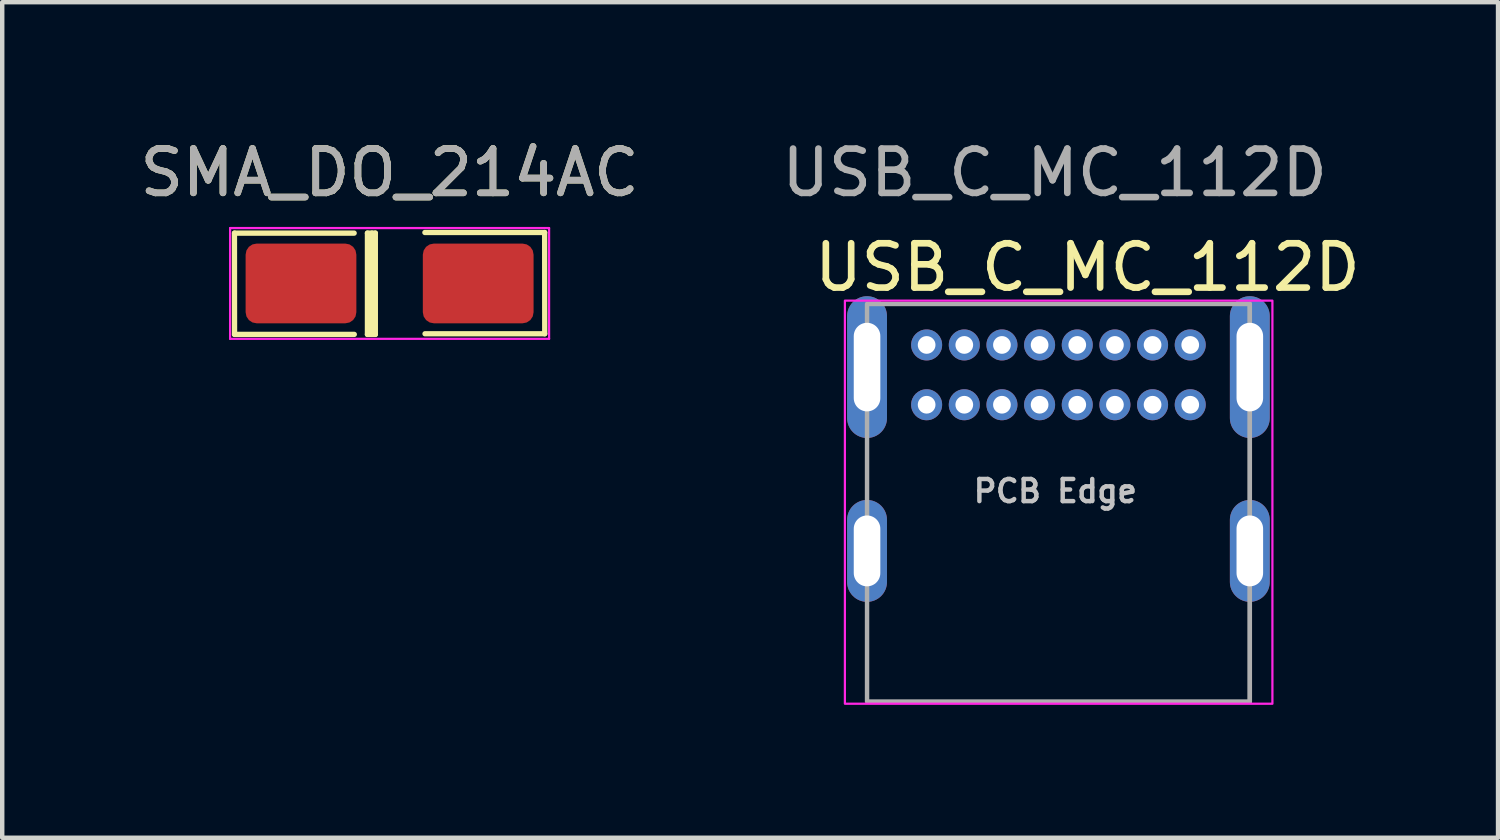
<source format=kicad_pcb>
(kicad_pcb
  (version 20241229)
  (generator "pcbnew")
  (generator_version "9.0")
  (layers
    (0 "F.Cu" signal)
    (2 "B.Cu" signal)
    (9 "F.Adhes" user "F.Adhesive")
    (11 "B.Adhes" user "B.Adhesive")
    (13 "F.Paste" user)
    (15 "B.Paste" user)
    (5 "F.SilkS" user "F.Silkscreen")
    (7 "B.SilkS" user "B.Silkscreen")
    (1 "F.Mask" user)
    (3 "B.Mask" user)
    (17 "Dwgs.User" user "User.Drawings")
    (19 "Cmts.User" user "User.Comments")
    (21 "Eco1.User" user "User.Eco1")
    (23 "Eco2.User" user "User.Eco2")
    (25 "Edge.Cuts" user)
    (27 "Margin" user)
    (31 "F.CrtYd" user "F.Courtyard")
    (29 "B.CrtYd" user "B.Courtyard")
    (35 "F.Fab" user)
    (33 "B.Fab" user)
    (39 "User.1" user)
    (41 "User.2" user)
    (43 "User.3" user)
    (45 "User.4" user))
  (footprint "SMA_DO_214AC"
    (layer "F.Cu")
    (at 5.744 3.348)
    (property "Reference" "SMA_DO_214AC" (at 0 -2.5 0) (layer "F.SilkS") (effects (font (size 1 1) (thickness 0.15))))
    (attr smd)
    (fp_line (start -3.502 -1.136) (end -3.5 1.15) (stroke (width 0.12) (type solid)) (layer "F.SilkS"))
    (fp_line (start -3.5 -1.136) (end -0.8 -1.136) (stroke (width 0.12) (type solid)) (layer "F.SilkS"))
    (fp_line (start -3.5 1.15) (end -0.797 1.15) (stroke (width 0.12) (type solid)) (layer "F.SilkS"))
    (fp_line (start -0.5 -1.136) (end -0.322 -1.136) (stroke (width 0.12) (type solid)) (layer "F.SilkS"))
    (fp_line (start -0.5 1.15) (end -0.5 -1.136) (stroke (width 0.12) (type solid)) (layer "F.SilkS"))
    (fp_line (start -0.5 1.15) (end -0.322 1.15) (stroke (width 0.12) (type solid)) (layer "F.SilkS"))
    (fp_line (start -0.398 1.15) (end -0.398 -1.136) (stroke (width 0.12) (type solid)) (layer "F.SilkS"))
    (fp_line (start -0.322 1.15) (end -0.322 -1.136) (stroke (width 0.12) (type solid)) (layer "F.SilkS"))
    (fp_line (start 3.5 -1.15) (end 0.797 -1.15) (stroke (width 0.12) (type solid)) (layer "F.SilkS"))
    (fp_line (start 3.5 1.136) (end 0.8 1.136) (stroke (width 0.12) (type solid)) (layer "F.SilkS"))
    (fp_line (start 3.502 1.136) (end 3.5 -1.15) (stroke (width 0.12) (type solid)) (layer "F.SilkS"))
    (fp_line (start -3.6 -1.25) (end 3.6 -1.25) (stroke (width 0.05) (type solid)) (layer "F.CrtYd"))
    (fp_line (start -3.6 1.25) (end -3.6 -1.25) (stroke (width 0.05) (type solid)) (layer "F.CrtYd"))
    (fp_line (start 3.6 1.25) (end -3.6 1.25) (stroke (width 0.05) (type solid)) (layer "F.CrtYd"))
    (fp_line (start 3.6 1.25) (end 3.6 -1.25) (stroke (width 0.05) (type solid)) (layer "F.CrtYd"))
    (fp_text user "${REFERENCE}" (at 0 -2.5 0) (layer "F.Fab") (effects (font (size 1 1) (thickness 0.15))))
    (pad "1" smd roundrect (at -2 0) (size 2.5 1.8) (layers "F.Cu" "F.Mask" "F.Paste") (roundrect_rratio 0.139))
    (pad "2" smd roundrect (at 2 0) (size 2.5 1.8) (layers "F.Cu" "F.Mask" "F.Paste") (roundrect_rratio 0.139)))
  (footprint "USB_C_MC_112D"
    (layer "F.Cu")
    (at 20.841 8.298)
    (property "Reference" "USB_C_MC_112D" (at 0.655 -5.312 0) (layer "F.SilkS") (effects (font (size 1 1) (thickness 0.15))))
    (attr through_hole)
    (fp_rect (start -4.82 -4.562) (end 4.83 4.537) (stroke (width 0.05) (type default)) (fill no) (layer "F.CrtYd"))
    (fp_line (start 4.32 4.487) (end 4.32 -4.487) (stroke (width 0.1) (type default)) (layer "F.Fab"))
    (fp_rect (start -4.32 -4.487) (end 4.32 4.487) (stroke (width 0.1) (type default)) (fill no) (layer "F.Fab"))
    (fp_text user "PCB Edge" (at -0.07 -0.263 0) (layer "Dwgs.User") (effects (font (size 0.5 0.5) (thickness 0.1))))
    (fp_text user "${REFERENCE}" (at -0.085 -7.449 0) (layer "F.Fab") (effects (font (size 1 1) (thickness 0.15))))
    (pad "A1" thru_hole circle (at -2.975 -3.562) (size 0.7 0.7) (drill 0.4) (layers "*.Cu" "*.Mask"))
    (pad "A4" thru_hole circle (at -2.125 -3.562) (size 0.7 0.7) (drill 0.4) (layers "*.Cu" "*.Mask"))
    (pad "A5" thru_hole circle (at -1.275 -3.562) (size 0.7 0.7) (drill 0.4) (layers "*.Cu" "*.Mask"))
    (pad "A6" thru_hole circle (at -0.425 -3.562) (size 0.7 0.7) (drill 0.4) (layers "*.Cu" "*.Mask"))
    (pad "A7" thru_hole circle (at 0.425 -3.562) (size 0.7 0.7) (drill 0.4) (layers "*.Cu" "*.Mask"))
    (pad "A8" thru_hole circle (at 1.275 -3.562) (size 0.7 0.7) (drill 0.4) (layers "*.Cu" "*.Mask"))
    (pad "A9" thru_hole circle (at 2.125 -3.562) (size 0.7 0.7) (drill 0.4) (layers "*.Cu" "*.Mask"))
    (pad "A12" thru_hole circle (at 2.975 -3.562) (size 0.7 0.7) (drill 0.4) (layers "*.Cu" "*.Mask"))
    (pad "B1" thru_hole circle (at 2.975 -2.212) (size 0.7 0.7) (drill 0.4) (layers "*.Cu" "*.Mask"))
    (pad "B4" thru_hole circle (at 2.125 -2.212) (size 0.7 0.7) (drill 0.4) (layers "*.Cu" "*.Mask"))
    (pad "B5" thru_hole circle (at 1.275 -2.212) (size 0.7 0.7) (drill 0.4) (layers "*.Cu" "*.Mask"))
    (pad "B6" thru_hole circle (at 0.425 -2.212) (size 0.7 0.7) (drill 0.4) (layers "*.Cu" "*.Mask"))
    (pad "B7" thru_hole circle (at -0.425 -2.212) (size 0.7 0.7) (drill 0.4) (layers "*.Cu" "*.Mask"))
    (pad "B8" thru_hole circle (at -1.275 -2.212) (size 0.7 0.7) (drill 0.4) (layers "*.Cu" "*.Mask"))
    (pad "B9" thru_hole circle (at -2.125 -2.212) (size 0.7 0.7) (drill 0.4) (layers "*.Cu" "*.Mask"))
    (pad "B12" thru_hole circle (at -2.975 -2.212) (size 0.7 0.7) (drill 0.4) (layers "*.Cu" "*.Mask"))
    (pad "S1" thru_hole oval (at -4.32 -3.062) (size 0.9 3.2) (drill oval 0.6 2) (layers "*.Cu" "*.Mask"))
    (pad "S1" thru_hole oval (at -4.32 1.087) (size 0.9 2.3) (drill oval 0.6 1.6) (layers "*.Cu" "*.Mask"))
    (pad "S1" thru_hole oval (at 4.32 -3.062) (size 0.9 3.2) (drill oval 0.6 2) (layers "*.Cu" "*.Mask"))
    (pad "S1" thru_hole oval (at 4.32 1.087) (size 0.9 2.3) (drill oval 0.6 1.6) (layers "*.Cu" "*.Mask")))
  (gr_rect
    (start -3 -3)
    (end 30.764 15.86)
    (stroke (width 0.1) (type default))
    (fill no)
    (layer "Edge.Cuts")))
</source>
